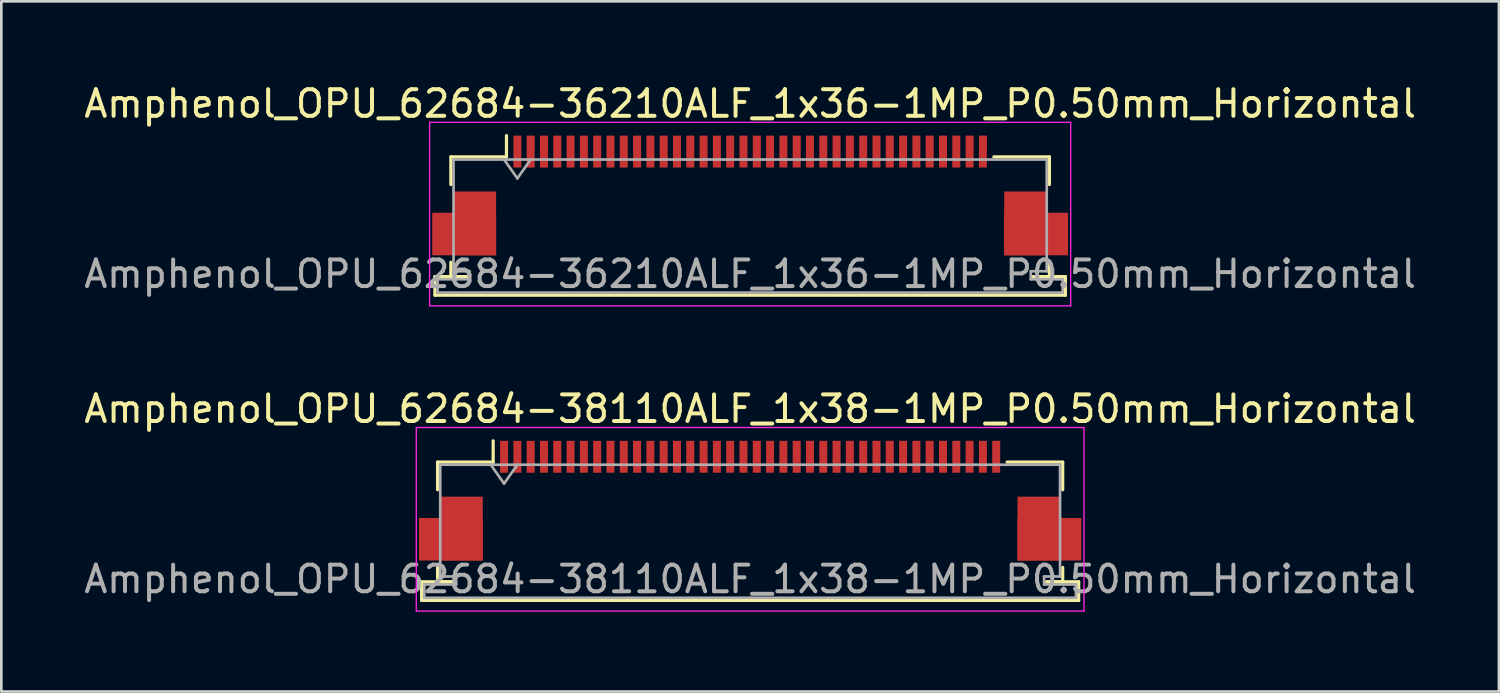
<source format=kicad_pcb>
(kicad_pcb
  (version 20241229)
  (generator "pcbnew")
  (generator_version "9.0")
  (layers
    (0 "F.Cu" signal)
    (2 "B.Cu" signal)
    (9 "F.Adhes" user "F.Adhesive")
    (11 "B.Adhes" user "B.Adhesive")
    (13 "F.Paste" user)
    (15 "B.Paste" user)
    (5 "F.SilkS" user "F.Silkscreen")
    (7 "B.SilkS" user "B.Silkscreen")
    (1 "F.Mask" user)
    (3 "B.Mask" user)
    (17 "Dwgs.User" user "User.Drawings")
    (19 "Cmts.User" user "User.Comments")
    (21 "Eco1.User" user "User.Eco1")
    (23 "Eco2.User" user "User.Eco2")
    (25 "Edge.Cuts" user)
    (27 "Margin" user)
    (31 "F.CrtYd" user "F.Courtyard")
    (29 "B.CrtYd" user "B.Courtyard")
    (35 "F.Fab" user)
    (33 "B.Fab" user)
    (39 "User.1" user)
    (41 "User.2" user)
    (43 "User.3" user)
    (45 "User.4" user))
  (footprint "Amphenol_OPU_62684-36210ALF_1x36-1MP_P0.50mm_Horizontal"
    (layer "F.Cu")
    (at 25.149 4.298)
    (property "Reference" "Amphenol_OPU_62684-36210ALF_1x36-1MP_P0.50mm_Horizontal" (at 0 -3.45 0) (layer "F.SilkS") (effects (font (size 1 1) (thickness 0.15))))
    (attr smd)
    (fp_line (start -11.85 3.05) (end -11.85 3.75) (stroke (width 0.12) (type solid)) (layer "F.SilkS"))
    (fp_line (start -11.85 3.75) (end 11.85 3.75) (stroke (width 0.12) (type solid)) (layer "F.SilkS"))
    (fp_line (start -11.25 -1.45) (end -11.25 -0.41) (stroke (width 0.12) (type solid)) (layer "F.SilkS"))
    (fp_line (start -11.25 2.51) (end -11.25 3.05) (stroke (width 0.12) (type solid)) (layer "F.SilkS"))
    (fp_line (start -11.25 3.05) (end -10.65 3.05) (stroke (width 0.12) (type solid)) (layer "F.SilkS"))
    (fp_line (start -10.65 3.05) (end -11.85 3.05) (stroke (width 0.12) (type solid)) (layer "F.SilkS"))
    (fp_line (start -9.16 -1.45) (end -11.25 -1.45) (stroke (width 0.12) (type solid)) (layer "F.SilkS"))
    (fp_line (start -9.16 -1.45) (end -9.16 -2.25) (stroke (width 0.12) (type solid)) (layer "F.SilkS"))
    (fp_line (start 9.16 -1.45) (end 11.25 -1.45) (stroke (width 0.12) (type solid)) (layer "F.SilkS"))
    (fp_line (start 10.65 3.05) (end 11.25 3.05) (stroke (width 0.12) (type solid)) (layer "F.SilkS"))
    (fp_line (start 11.25 -1.45) (end 11.25 -0.41) (stroke (width 0.12) (type solid)) (layer "F.SilkS"))
    (fp_line (start 11.25 3.05) (end 11.25 2.51) (stroke (width 0.12) (type solid)) (layer "F.SilkS"))
    (fp_line (start 11.85 3.05) (end 10.65 3.05) (stroke (width 0.12) (type solid)) (layer "F.SilkS"))
    (fp_line (start 11.85 3.75) (end 11.85 3.05) (stroke (width 0.12) (type solid)) (layer "F.SilkS"))
    (fp_line (start -12.05 -2.75) (end -12.05 4.15) (stroke (width 0.05) (type solid)) (layer "F.CrtYd"))
    (fp_line (start -12.05 4.15) (end 12.05 4.15) (stroke (width 0.05) (type solid)) (layer "F.CrtYd"))
    (fp_line (start 12.05 -2.75) (end -12.05 -2.75) (stroke (width 0.05) (type solid)) (layer "F.CrtYd"))
    (fp_line (start 12.05 4.15) (end 12.05 -2.75) (stroke (width 0.05) (type solid)) (layer "F.CrtYd"))
    (fp_line (start -11.75 3.15) (end -11.75 3.65) (stroke (width 0.1) (type solid)) (layer "F.Fab"))
    (fp_line (start -11.75 3.65) (end 0 3.65) (stroke (width 0.1) (type solid)) (layer "F.Fab"))
    (fp_line (start -11.15 -1.35) (end -11.15 2.85) (stroke (width 0.1) (type solid)) (layer "F.Fab"))
    (fp_line (start -11.15 2.85) (end -10.55 2.85) (stroke (width 0.1) (type solid)) (layer "F.Fab"))
    (fp_line (start -10.55 2.85) (end -10.55 3.15) (stroke (width 0.1) (type solid)) (layer "F.Fab"))
    (fp_line (start -10.55 3.15) (end -11.75 3.15) (stroke (width 0.1) (type solid)) (layer "F.Fab"))
    (fp_line (start -9.25 -1.35) (end -8.75 -0.643) (stroke (width 0.1) (type solid)) (layer "F.Fab"))
    (fp_line (start -8.75 -0.643) (end -8.25 -1.35) (stroke (width 0.1) (type solid)) (layer "F.Fab"))
    (fp_line (start 0 -1.35) (end -11.15 -1.35) (stroke (width 0.1) (type solid)) (layer "F.Fab"))
    (fp_line (start 0 -1.35) (end 11.15 -1.35) (stroke (width 0.1) (type solid)) (layer "F.Fab"))
    (fp_line (start 10.55 2.85) (end 10.55 3.15) (stroke (width 0.1) (type solid)) (layer "F.Fab"))
    (fp_line (start 10.55 3.15) (end 11.75 3.15) (stroke (width 0.1) (type solid)) (layer "F.Fab"))
    (fp_line (start 11.15 -1.35) (end 11.15 2.85) (stroke (width 0.1) (type solid)) (layer "F.Fab"))
    (fp_line (start 11.15 2.85) (end 10.55 2.85) (stroke (width 0.1) (type solid)) (layer "F.Fab"))
    (fp_line (start 11.75 3.15) (end 11.75 3.65) (stroke (width 0.1) (type solid)) (layer "F.Fab"))
    (fp_line (start 11.75 3.65) (end 0 3.65) (stroke (width 0.1) (type solid)) (layer "F.Fab"))
    (fp_text user "${REFERENCE}" (at 0 2.95 0) (layer "F.Fab") (effects (font (size 1 1) (thickness 0.15))))
    (pad "1" smd rect (at -8.75 -1.65) (size 0.3 1.2) (layers "F.Cu" "F.Mask" "F.Paste"))
    (pad "2" smd rect (at -8.25 -1.65) (size 0.3 1.2) (layers "F.Cu" "F.Mask" "F.Paste"))
    (pad "3" smd rect (at -7.75 -1.65) (size 0.3 1.2) (layers "F.Cu" "F.Mask" "F.Paste"))
    (pad "4" smd rect (at -7.25 -1.65) (size 0.3 1.2) (layers "F.Cu" "F.Mask" "F.Paste"))
    (pad "5" smd rect (at -6.75 -1.65) (size 0.3 1.2) (layers "F.Cu" "F.Mask" "F.Paste"))
    (pad "6" smd rect (at -6.25 -1.65) (size 0.3 1.2) (layers "F.Cu" "F.Mask" "F.Paste"))
    (pad "7" smd rect (at -5.75 -1.65) (size 0.3 1.2) (layers "F.Cu" "F.Mask" "F.Paste"))
    (pad "8" smd rect (at -5.25 -1.65) (size 0.3 1.2) (layers "F.Cu" "F.Mask" "F.Paste"))
    (pad "9" smd rect (at -4.75 -1.65) (size 0.3 1.2) (layers "F.Cu" "F.Mask" "F.Paste"))
    (pad "10" smd rect (at -4.25 -1.65) (size 0.3 1.2) (layers "F.Cu" "F.Mask" "F.Paste"))
    (pad "11" smd rect (at -3.75 -1.65) (size 0.3 1.2) (layers "F.Cu" "F.Mask" "F.Paste"))
    (pad "12" smd rect (at -3.25 -1.65) (size 0.3 1.2) (layers "F.Cu" "F.Mask" "F.Paste"))
    (pad "13" smd rect (at -2.75 -1.65) (size 0.3 1.2) (layers "F.Cu" "F.Mask" "F.Paste"))
    (pad "14" smd rect (at -2.25 -1.65) (size 0.3 1.2) (layers "F.Cu" "F.Mask" "F.Paste"))
    (pad "15" smd rect (at -1.75 -1.65) (size 0.3 1.2) (layers "F.Cu" "F.Mask" "F.Paste"))
    (pad "16" smd rect (at -1.25 -1.65) (size 0.3 1.2) (layers "F.Cu" "F.Mask" "F.Paste"))
    (pad "17" smd rect (at -0.75 -1.65) (size 0.3 1.2) (layers "F.Cu" "F.Mask" "F.Paste"))
    (pad "18" smd rect (at -0.25 -1.65) (size 0.3 1.2) (layers "F.Cu" "F.Mask" "F.Paste"))
    (pad "19" smd rect (at 0.25 -1.65) (size 0.3 1.2) (layers "F.Cu" "F.Mask" "F.Paste"))
    (pad "20" smd rect (at 0.75 -1.65) (size 0.3 1.2) (layers "F.Cu" "F.Mask" "F.Paste"))
    (pad "21" smd rect (at 1.25 -1.65) (size 0.3 1.2) (layers "F.Cu" "F.Mask" "F.Paste"))
    (pad "22" smd rect (at 1.75 -1.65) (size 0.3 1.2) (layers "F.Cu" "F.Mask" "F.Paste"))
    (pad "23" smd rect (at 2.25 -1.65) (size 0.3 1.2) (layers "F.Cu" "F.Mask" "F.Paste"))
    (pad "24" smd rect (at 2.75 -1.65) (size 0.3 1.2) (layers "F.Cu" "F.Mask" "F.Paste"))
    (pad "25" smd rect (at 3.25 -1.65) (size 0.3 1.2) (layers "F.Cu" "F.Mask" "F.Paste"))
    (pad "26" smd rect (at 3.75 -1.65) (size 0.3 1.2) (layers "F.Cu" "F.Mask" "F.Paste"))
    (pad "27" smd rect (at 4.25 -1.65) (size 0.3 1.2) (layers "F.Cu" "F.Mask" "F.Paste"))
    (pad "28" smd rect (at 4.75 -1.65) (size 0.3 1.2) (layers "F.Cu" "F.Mask" "F.Paste"))
    (pad "29" smd rect (at 5.25 -1.65) (size 0.3 1.2) (layers "F.Cu" "F.Mask" "F.Paste"))
    (pad "30" smd rect (at 5.75 -1.65) (size 0.3 1.2) (layers "F.Cu" "F.Mask" "F.Paste"))
    (pad "31" smd rect (at 6.25 -1.65) (size 0.3 1.2) (layers "F.Cu" "F.Mask" "F.Paste"))
    (pad "32" smd rect (at 6.75 -1.65) (size 0.3 1.2) (layers "F.Cu" "F.Mask" "F.Paste"))
    (pad "33" smd rect (at 7.25 -1.65) (size 0.3 1.2) (layers "F.Cu" "F.Mask" "F.Paste"))
    (pad "34" smd rect (at 7.75 -1.65) (size 0.3 1.2) (layers "F.Cu" "F.Mask" "F.Paste"))
    (pad "35" smd rect (at 8.25 -1.65) (size 0.3 1.2) (layers "F.Cu" "F.Mask" "F.Paste"))
    (pad "36" smd rect (at 8.75 -1.65) (size 0.3 1.2) (layers "F.Cu" "F.Mask" "F.Paste"))
    (pad "MP" smd rect (at -10.75 1.45) (size 2.4 1.6) (layers "F.Cu" "F.Mask" "F.Paste"))
    (pad "MP" smd rect (at -10.35 1.05) (size 1.6 2.4) (layers "F.Cu" "F.Mask" "F.Paste"))
    (pad "MP" smd rect (at 10.35 1.05) (size 1.6 2.4) (layers "F.Cu" "F.Mask" "F.Paste"))
    (pad "MP" smd rect (at 10.75 1.45) (size 2.4 1.6) (layers "F.Cu" "F.Mask" "F.Paste")))
  (footprint "Amphenol_OPU_62684-38110ALF_1x38-1MP_P0.50mm_Horizontal"
    (layer "F.Cu")
    (at 25.149 15.771)
    (property "Reference" "Amphenol_OPU_62684-38110ALF_1x38-1MP_P0.50mm_Horizontal" (at 0 -3.45 0) (layer "F.SilkS") (effects (font (size 1 1) (thickness 0.15))))
    (attr smd)
    (fp_line (start -12.35 3.05) (end -12.35 3.75) (stroke (width 0.12) (type solid)) (layer "F.SilkS"))
    (fp_line (start -12.35 3.75) (end 12.35 3.75) (stroke (width 0.12) (type solid)) (layer "F.SilkS"))
    (fp_line (start -11.75 -1.45) (end -11.75 -0.41) (stroke (width 0.12) (type solid)) (layer "F.SilkS"))
    (fp_line (start -11.75 2.51) (end -11.75 3.05) (stroke (width 0.12) (type solid)) (layer "F.SilkS"))
    (fp_line (start -11.75 3.05) (end -11.15 3.05) (stroke (width 0.12) (type solid)) (layer "F.SilkS"))
    (fp_line (start -11.15 3.05) (end -12.35 3.05) (stroke (width 0.12) (type solid)) (layer "F.SilkS"))
    (fp_line (start -9.66 -1.45) (end -11.75 -1.45) (stroke (width 0.12) (type solid)) (layer "F.SilkS"))
    (fp_line (start -9.66 -1.45) (end -9.66 -2.25) (stroke (width 0.12) (type solid)) (layer "F.SilkS"))
    (fp_line (start 9.66 -1.45) (end 11.75 -1.45) (stroke (width 0.12) (type solid)) (layer "F.SilkS"))
    (fp_line (start 11.15 3.05) (end 11.75 3.05) (stroke (width 0.12) (type solid)) (layer "F.SilkS"))
    (fp_line (start 11.75 -1.45) (end 11.75 -0.41) (stroke (width 0.12) (type solid)) (layer "F.SilkS"))
    (fp_line (start 11.75 3.05) (end 11.75 2.51) (stroke (width 0.12) (type solid)) (layer "F.SilkS"))
    (fp_line (start 12.35 3.05) (end 11.15 3.05) (stroke (width 0.12) (type solid)) (layer "F.SilkS"))
    (fp_line (start 12.35 3.75) (end 12.35 3.05) (stroke (width 0.12) (type solid)) (layer "F.SilkS"))
    (fp_line (start -12.55 -2.75) (end -12.55 4.15) (stroke (width 0.05) (type solid)) (layer "F.CrtYd"))
    (fp_line (start -12.55 4.15) (end 12.55 4.15) (stroke (width 0.05) (type solid)) (layer "F.CrtYd"))
    (fp_line (start 12.55 -2.75) (end -12.55 -2.75) (stroke (width 0.05) (type solid)) (layer "F.CrtYd"))
    (fp_line (start 12.55 4.15) (end 12.55 -2.75) (stroke (width 0.05) (type solid)) (layer "F.CrtYd"))
    (fp_line (start -12.25 3.15) (end -12.25 3.65) (stroke (width 0.1) (type solid)) (layer "F.Fab"))
    (fp_line (start -12.25 3.65) (end 0 3.65) (stroke (width 0.1) (type solid)) (layer "F.Fab"))
    (fp_line (start -11.65 -1.35) (end -11.65 2.85) (stroke (width 0.1) (type solid)) (layer "F.Fab"))
    (fp_line (start -11.65 2.85) (end -11.05 2.85) (stroke (width 0.1) (type solid)) (layer "F.Fab"))
    (fp_line (start -11.05 2.85) (end -11.05 3.15) (stroke (width 0.1) (type solid)) (layer "F.Fab"))
    (fp_line (start -11.05 3.15) (end -12.25 3.15) (stroke (width 0.1) (type solid)) (layer "F.Fab"))
    (fp_line (start -9.75 -1.35) (end -9.25 -0.643) (stroke (width 0.1) (type solid)) (layer "F.Fab"))
    (fp_line (start -9.25 -0.643) (end -8.75 -1.35) (stroke (width 0.1) (type solid)) (layer "F.Fab"))
    (fp_line (start 0 -1.35) (end -11.65 -1.35) (stroke (width 0.1) (type solid)) (layer "F.Fab"))
    (fp_line (start 0 -1.35) (end 11.65 -1.35) (stroke (width 0.1) (type solid)) (layer "F.Fab"))
    (fp_line (start 11.05 2.85) (end 11.05 3.15) (stroke (width 0.1) (type solid)) (layer "F.Fab"))
    (fp_line (start 11.05 3.15) (end 12.25 3.15) (stroke (width 0.1) (type solid)) (layer "F.Fab"))
    (fp_line (start 11.65 -1.35) (end 11.65 2.85) (stroke (width 0.1) (type solid)) (layer "F.Fab"))
    (fp_line (start 11.65 2.85) (end 11.05 2.85) (stroke (width 0.1) (type solid)) (layer "F.Fab"))
    (fp_line (start 12.25 3.15) (end 12.25 3.65) (stroke (width 0.1) (type solid)) (layer "F.Fab"))
    (fp_line (start 12.25 3.65) (end 0 3.65) (stroke (width 0.1) (type solid)) (layer "F.Fab"))
    (fp_text user "${REFERENCE}" (at 0 2.95 0) (layer "F.Fab") (effects (font (size 1 1) (thickness 0.15))))
    (pad "1" smd rect (at -9.25 -1.65) (size 0.3 1.2) (layers "F.Cu" "F.Mask" "F.Paste"))
    (pad "2" smd rect (at -8.75 -1.65) (size 0.3 1.2) (layers "F.Cu" "F.Mask" "F.Paste"))
    (pad "3" smd rect (at -8.25 -1.65) (size 0.3 1.2) (layers "F.Cu" "F.Mask" "F.Paste"))
    (pad "4" smd rect (at -7.75 -1.65) (size 0.3 1.2) (layers "F.Cu" "F.Mask" "F.Paste"))
    (pad "5" smd rect (at -7.25 -1.65) (size 0.3 1.2) (layers "F.Cu" "F.Mask" "F.Paste"))
    (pad "6" smd rect (at -6.75 -1.65) (size 0.3 1.2) (layers "F.Cu" "F.Mask" "F.Paste"))
    (pad "7" smd rect (at -6.25 -1.65) (size 0.3 1.2) (layers "F.Cu" "F.Mask" "F.Paste"))
    (pad "8" smd rect (at -5.75 -1.65) (size 0.3 1.2) (layers "F.Cu" "F.Mask" "F.Paste"))
    (pad "9" smd rect (at -5.25 -1.65) (size 0.3 1.2) (layers "F.Cu" "F.Mask" "F.Paste"))
    (pad "10" smd rect (at -4.75 -1.65) (size 0.3 1.2) (layers "F.Cu" "F.Mask" "F.Paste"))
    (pad "11" smd rect (at -4.25 -1.65) (size 0.3 1.2) (layers "F.Cu" "F.Mask" "F.Paste"))
    (pad "12" smd rect (at -3.75 -1.65) (size 0.3 1.2) (layers "F.Cu" "F.Mask" "F.Paste"))
    (pad "13" smd rect (at -3.25 -1.65) (size 0.3 1.2) (layers "F.Cu" "F.Mask" "F.Paste"))
    (pad "14" smd rect (at -2.75 -1.65) (size 0.3 1.2) (layers "F.Cu" "F.Mask" "F.Paste"))
    (pad "15" smd rect (at -2.25 -1.65) (size 0.3 1.2) (layers "F.Cu" "F.Mask" "F.Paste"))
    (pad "16" smd rect (at -1.75 -1.65) (size 0.3 1.2) (layers "F.Cu" "F.Mask" "F.Paste"))
    (pad "17" smd rect (at -1.25 -1.65) (size 0.3 1.2) (layers "F.Cu" "F.Mask" "F.Paste"))
    (pad "18" smd rect (at -0.75 -1.65) (size 0.3 1.2) (layers "F.Cu" "F.Mask" "F.Paste"))
    (pad "19" smd rect (at -0.25 -1.65) (size 0.3 1.2) (layers "F.Cu" "F.Mask" "F.Paste"))
    (pad "20" smd rect (at 0.25 -1.65) (size 0.3 1.2) (layers "F.Cu" "F.Mask" "F.Paste"))
    (pad "21" smd rect (at 0.75 -1.65) (size 0.3 1.2) (layers "F.Cu" "F.Mask" "F.Paste"))
    (pad "22" smd rect (at 1.25 -1.65) (size 0.3 1.2) (layers "F.Cu" "F.Mask" "F.Paste"))
    (pad "23" smd rect (at 1.75 -1.65) (size 0.3 1.2) (layers "F.Cu" "F.Mask" "F.Paste"))
    (pad "24" smd rect (at 2.25 -1.65) (size 0.3 1.2) (layers "F.Cu" "F.Mask" "F.Paste"))
    (pad "25" smd rect (at 2.75 -1.65) (size 0.3 1.2) (layers "F.Cu" "F.Mask" "F.Paste"))
    (pad "26" smd rect (at 3.25 -1.65) (size 0.3 1.2) (layers "F.Cu" "F.Mask" "F.Paste"))
    (pad "27" smd rect (at 3.75 -1.65) (size 0.3 1.2) (layers "F.Cu" "F.Mask" "F.Paste"))
    (pad "28" smd rect (at 4.25 -1.65) (size 0.3 1.2) (layers "F.Cu" "F.Mask" "F.Paste"))
    (pad "29" smd rect (at 4.75 -1.65) (size 0.3 1.2) (layers "F.Cu" "F.Mask" "F.Paste"))
    (pad "30" smd rect (at 5.25 -1.65) (size 0.3 1.2) (layers "F.Cu" "F.Mask" "F.Paste"))
    (pad "31" smd rect (at 5.75 -1.65) (size 0.3 1.2) (layers "F.Cu" "F.Mask" "F.Paste"))
    (pad "32" smd rect (at 6.25 -1.65) (size 0.3 1.2) (layers "F.Cu" "F.Mask" "F.Paste"))
    (pad "33" smd rect (at 6.75 -1.65) (size 0.3 1.2) (layers "F.Cu" "F.Mask" "F.Paste"))
    (pad "34" smd rect (at 7.25 -1.65) (size 0.3 1.2) (layers "F.Cu" "F.Mask" "F.Paste"))
    (pad "35" smd rect (at 7.75 -1.65) (size 0.3 1.2) (layers "F.Cu" "F.Mask" "F.Paste"))
    (pad "36" smd rect (at 8.25 -1.65) (size 0.3 1.2) (layers "F.Cu" "F.Mask" "F.Paste"))
    (pad "37" smd rect (at 8.75 -1.65) (size 0.3 1.2) (layers "F.Cu" "F.Mask" "F.Paste"))
    (pad "38" smd rect (at 9.25 -1.65) (size 0.3 1.2) (layers "F.Cu" "F.Mask" "F.Paste"))
    (pad "MP" smd rect (at -11.25 1.45) (size 2.4 1.6) (layers "F.Cu" "F.Mask" "F.Paste"))
    (pad "MP" smd rect (at -10.85 1.05) (size 1.6 2.4) (layers "F.Cu" "F.Mask" "F.Paste"))
    (pad "MP" smd rect (at 10.85 1.05) (size 1.6 2.4) (layers "F.Cu" "F.Mask" "F.Paste"))
    (pad "MP" smd rect (at 11.25 1.45) (size 2.4 1.6) (layers "F.Cu" "F.Mask" "F.Paste")))
  (gr_rect
    (start -3 -3)
    (end 53.298 22.947)
    (stroke (width 0.1) (type default))
    (fill no)
    (layer "Edge.Cuts")))
</source>
